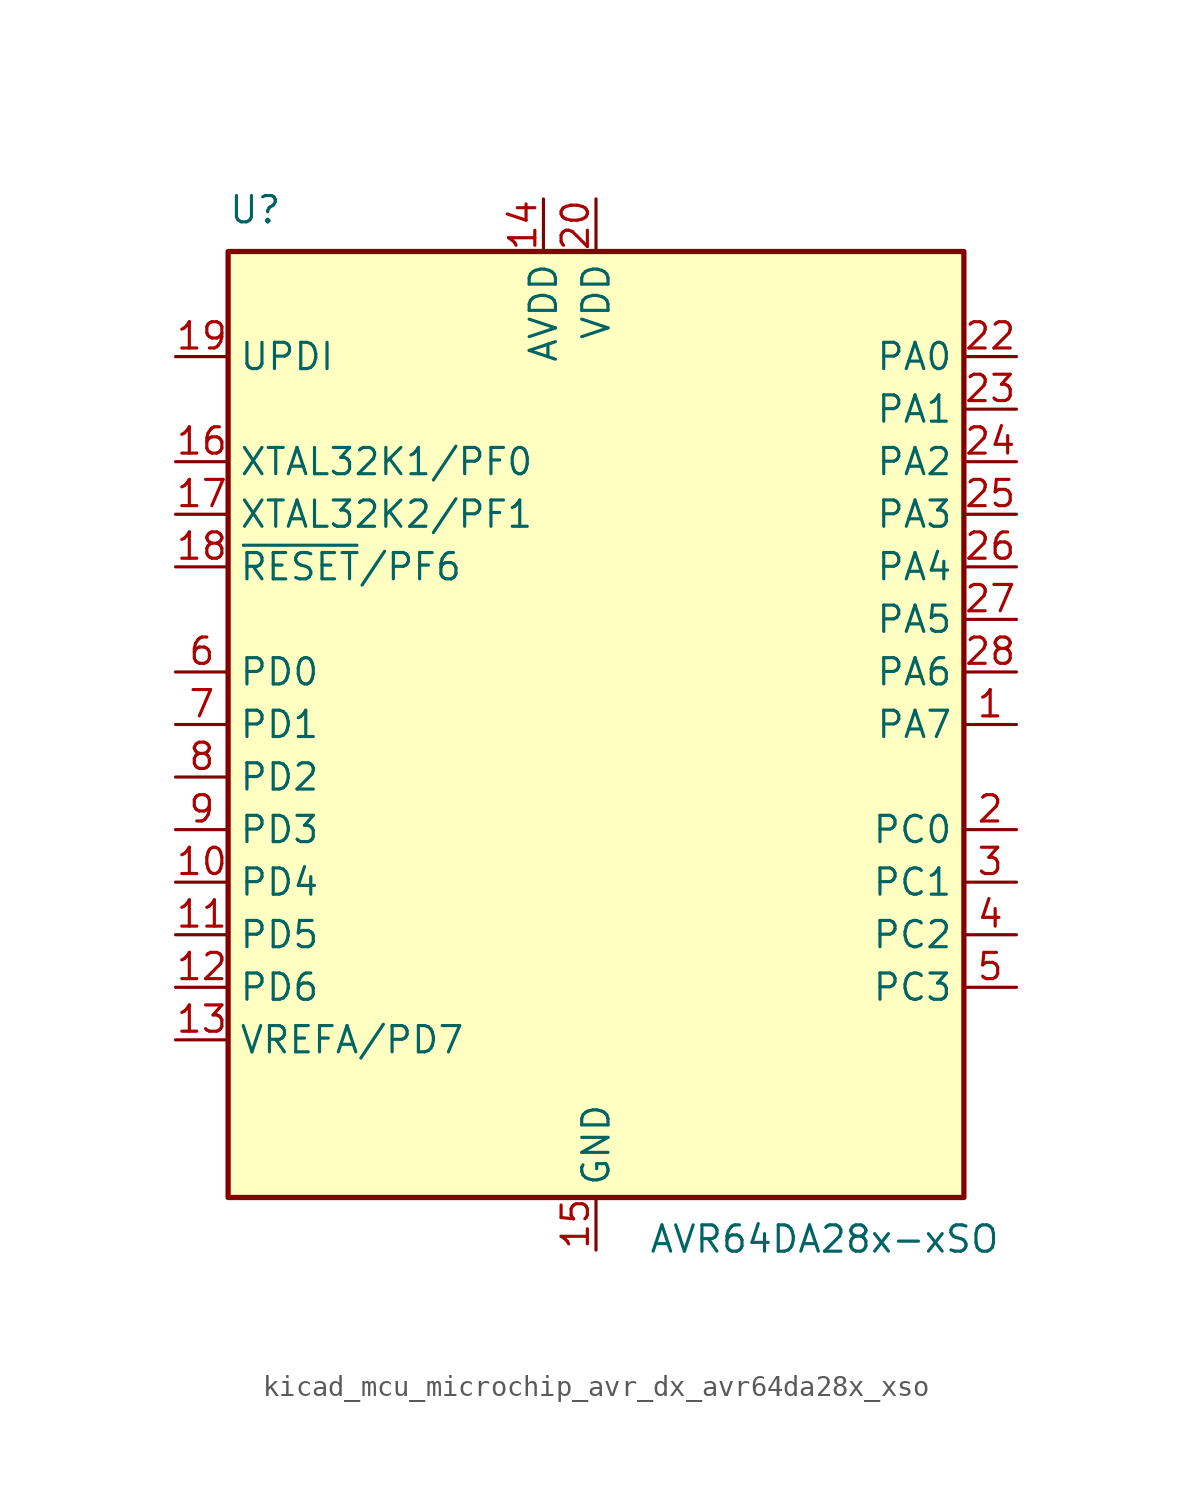
<source format=kicad_sym>
(kicad_symbol_lib
  (version 20220914)
  (generator kicad_symbol_editor)
  (symbol "kicad_mcu_microchip_avr_dx_avr64da28x_xso"
    (property "Reference" "U"
      (at -17.78 24.13 0)
      (effects (font (size 1.27 1.27)) (justify left bottom)))
    (property "Value" "AVR64DA28x-xSO"
      (at 2.54 -24.13 0)
      (effects (font (size 1.27 1.27)) (justify left top)))
    (symbol "kicad_mcu_microchip_avr_dx_avr64da28x_xso_0_1"
      (rectangle (start -17.78 22.86) (end 17.78 -22.86) (stroke (width 0.254) (type default)) (fill (type background))))
    (symbol "kicad_mcu_microchip_avr_dx_avr64da28x_xso_1_1"
      (pin bidirectional line (at 20.32 0 180) (length 2.54) (name "PA7" (effects (font (size 1.27 1.27)))) (number "1" (effects (font (size 1.27 1.27)))))
      (pin bidirectional line (at -20.32 -7.62 0) (length 2.54) (name "PD4" (effects (font (size 1.27 1.27)))) (number "10" (effects (font (size 1.27 1.27)))))
      (pin bidirectional line (at -20.32 -10.16 0) (length 2.54) (name "PD5" (effects (font (size 1.27 1.27)))) (number "11" (effects (font (size 1.27 1.27)))))
      (pin bidirectional line (at -20.32 -12.7 0) (length 2.54) (name "PD6" (effects (font (size 1.27 1.27)))) (number "12" (effects (font (size 1.27 1.27)))))
      (pin bidirectional line (at -20.32 -15.24 0) (length 2.54) (name "VREFA/PD7" (effects (font (size 1.27 1.27)))) (number "13" (effects (font (size 1.27 1.27)))))
      (pin power_in line (at -2.54 25.4 270) (length 2.54) (name "AVDD" (effects (font (size 1.27 1.27)))) (number "14" (effects (font (size 1.27 1.27)))))
      (pin power_in line (at 0 -25.4 90) (length 2.54) (name "GND" (effects (font (size 1.27 1.27)))) (number "15" (effects (font (size 1.27 1.27)))))
      (pin bidirectional line (at -20.32 12.7 0) (length 2.54) (name "XTAL32K1/PF0" (effects (font (size 1.27 1.27)))) (number "16" (effects (font (size 1.27 1.27)))))
      (pin bidirectional line (at -20.32 10.16 0) (length 2.54) (name "XTAL32K2/PF1" (effects (font (size 1.27 1.27)))) (number "17" (effects (font (size 1.27 1.27)))))
      (pin bidirectional line (at -20.32 7.62 0) (length 2.54) (name "~{RESET}/PF6" (effects (font (size 1.27 1.27)))) (number "18" (effects (font (size 1.27 1.27)))))
      (pin input line (at -20.32 17.78 0) (length 2.54) (name "UPDI" (effects (font (size 1.27 1.27)))) (number "19" (effects (font (size 1.27 1.27)))))
      (pin bidirectional line (at 20.32 -5.08 180) (length 2.54) (name "PC0" (effects (font (size 1.27 1.27)))) (number "2" (effects (font (size 1.27 1.27)))))
      (pin power_in line (at 0 25.4 270) (length 2.54) (name "VDD" (effects (font (size 1.27 1.27)))) (number "20" (effects (font (size 1.27 1.27)))))
      (pin passive line (at 0 -25.4 90) (length 2.54) hide (name "GND" (effects (font (size 1.27 1.27)))) (number "21" (effects (font (size 1.27 1.27)))))
      (pin bidirectional line (at 20.32 17.78 180) (length 2.54) (name "PA0" (effects (font (size 1.27 1.27)))) (number "22" (effects (font (size 1.27 1.27)))))
      (pin bidirectional line (at 20.32 15.24 180) (length 2.54) (name "PA1" (effects (font (size 1.27 1.27)))) (number "23" (effects (font (size 1.27 1.27)))))
      (pin bidirectional line (at 20.32 12.7 180) (length 2.54) (name "PA2" (effects (font (size 1.27 1.27)))) (number "24" (effects (font (size 1.27 1.27)))))
      (pin bidirectional line (at 20.32 10.16 180) (length 2.54) (name "PA3" (effects (font (size 1.27 1.27)))) (number "25" (effects (font (size 1.27 1.27)))))
      (pin bidirectional line (at 20.32 7.62 180) (length 2.54) (name "PA4" (effects (font (size 1.27 1.27)))) (number "26" (effects (font (size 1.27 1.27)))))
      (pin bidirectional line (at 20.32 5.08 180) (length 2.54) (name "PA5" (effects (font (size 1.27 1.27)))) (number "27" (effects (font (size 1.27 1.27)))))
      (pin bidirectional line (at 20.32 2.54 180) (length 2.54) (name "PA6" (effects (font (size 1.27 1.27)))) (number "28" (effects (font (size 1.27 1.27)))))
      (pin bidirectional line (at 20.32 -7.62 180) (length 2.54) (name "PC1" (effects (font (size 1.27 1.27)))) (number "3" (effects (font (size 1.27 1.27)))))
      (pin bidirectional line (at 20.32 -10.16 180) (length 2.54) (name "PC2" (effects (font (size 1.27 1.27)))) (number "4" (effects (font (size 1.27 1.27)))))
      (pin bidirectional line (at 20.32 -12.7 180) (length 2.54) (name "PC3" (effects (font (size 1.27 1.27)))) (number "5" (effects (font (size 1.27 1.27)))))
      (pin bidirectional line (at -20.32 2.54 0) (length 2.54) (name "PD0" (effects (font (size 1.27 1.27)))) (number "6" (effects (font (size 1.27 1.27)))))
      (pin bidirectional line (at -20.32 0 0) (length 2.54) (name "PD1" (effects (font (size 1.27 1.27)))) (number "7" (effects (font (size 1.27 1.27)))))
      (pin bidirectional line (at -20.32 -2.54 0) (length 2.54) (name "PD2" (effects (font (size 1.27 1.27)))) (number "8" (effects (font (size 1.27 1.27)))))
      (pin bidirectional line (at -20.32 -5.08 0) (length 2.54) (name "PD3" (effects (font (size 1.27 1.27)))) (number "9" (effects (font (size 1.27 1.27))))))))
</source>
